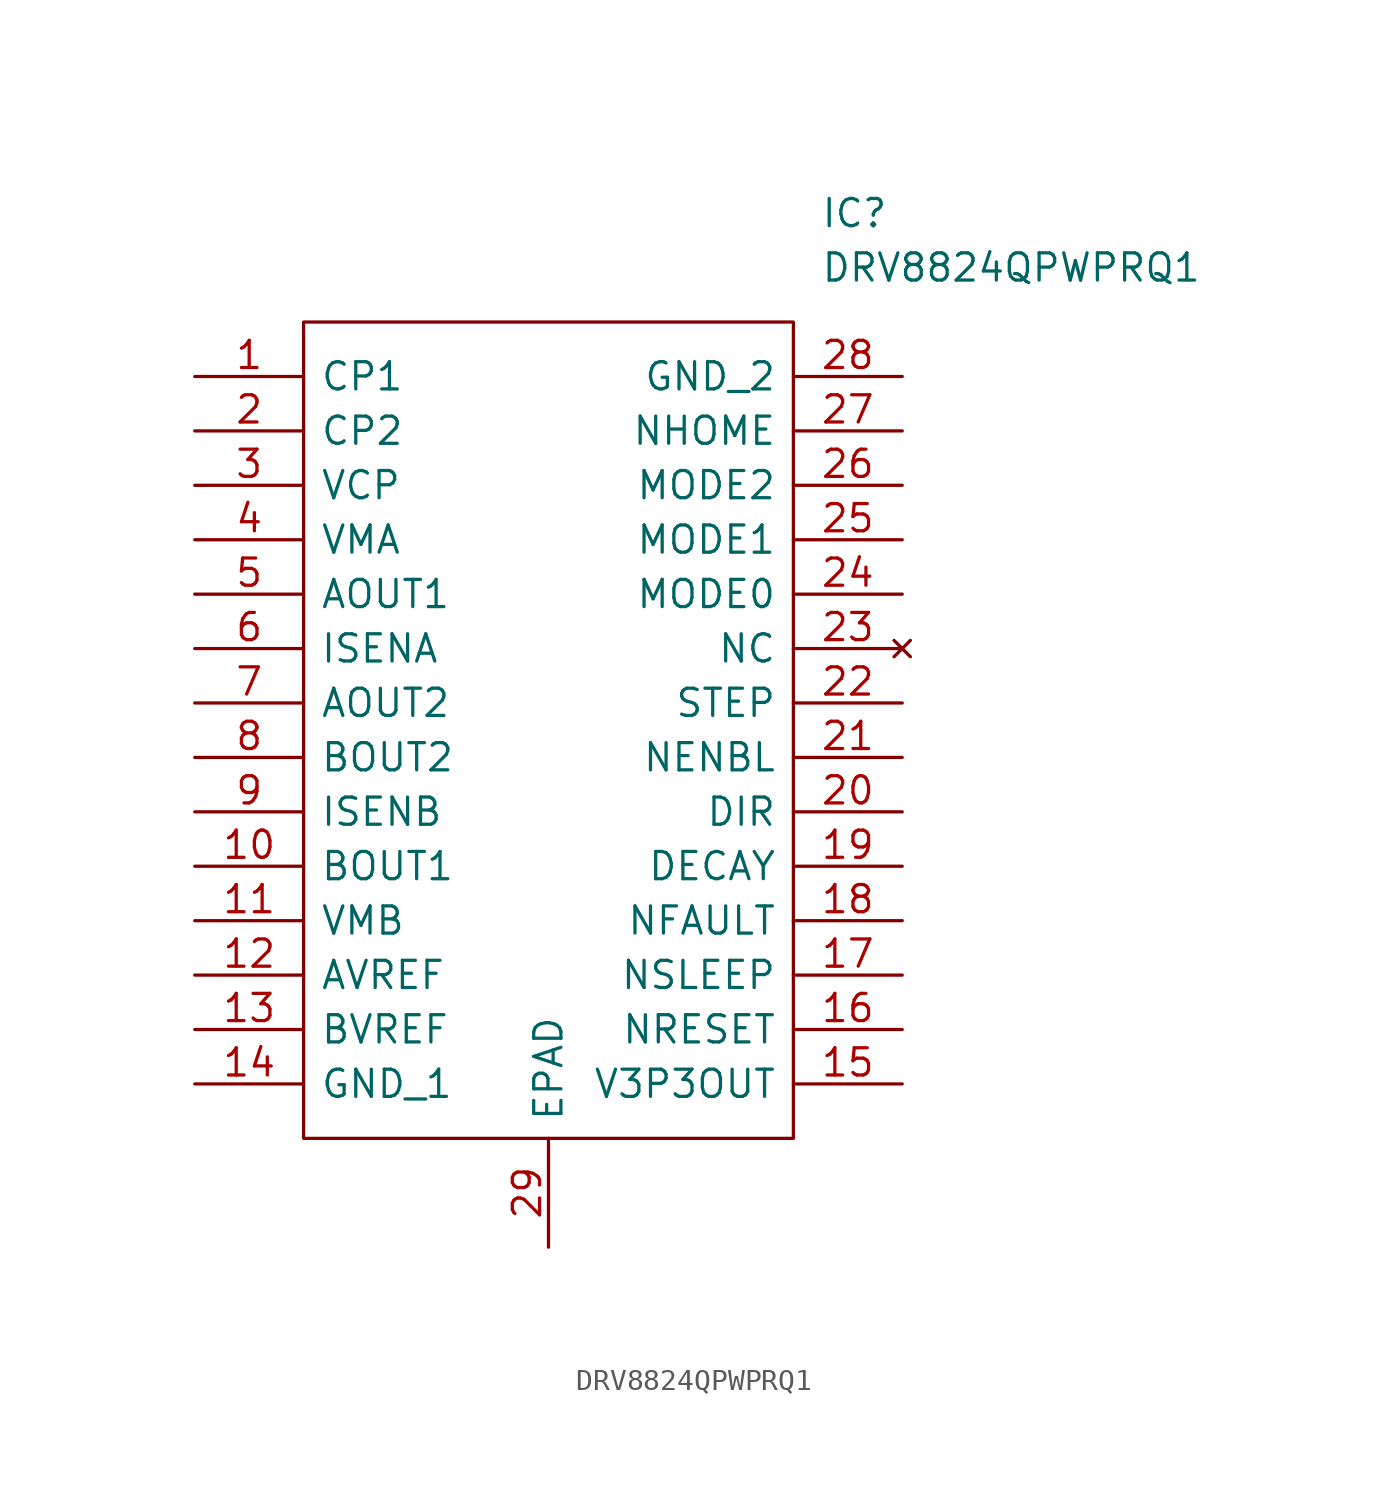
<source format=kicad_sym>
(kicad_symbol_lib
  (version 20211014)
  (generator kicad_symbol_editor)
  (symbol "DRV8824QPWPRQ1"
    (pin_names
      (offset 0.762))
    (property "Reference" "IC"
      (at 29.21 7.62 0)
      (effects (font (size 1.27 1.27)) (justify left)))
    (property "Value" "DRV8824QPWPRQ1"
      (at 29.21 5.08 0)
      (effects (font (size 1.27 1.27)) (justify left)))
    (symbol "DRV8824QPWPRQ1_0_0"
      (pin passive line (at 0 0 0) (length 5.08) (name "CP1" (effects (font (size 1.27 1.27)))) (number "1" (effects (font (size 1.27 1.27)))))
      (pin passive line (at 0 -22.86 0) (length 5.08) (name "BOUT1" (effects (font (size 1.27 1.27)))) (number "10" (effects (font (size 1.27 1.27)))))
      (pin passive line (at 0 -25.4 0) (length 5.08) (name "VMB" (effects (font (size 1.27 1.27)))) (number "11" (effects (font (size 1.27 1.27)))))
      (pin passive line (at 0 -27.94 0) (length 5.08) (name "AVREF" (effects (font (size 1.27 1.27)))) (number "12" (effects (font (size 1.27 1.27)))))
      (pin passive line (at 0 -30.48 0) (length 5.08) (name "BVREF" (effects (font (size 1.27 1.27)))) (number "13" (effects (font (size 1.27 1.27)))))
      (pin passive line (at 0 -33.02 0) (length 5.08) (name "GND_1" (effects (font (size 1.27 1.27)))) (number "14" (effects (font (size 1.27 1.27)))))
      (pin passive line (at 33.02 -33.02 180) (length 5.08) (name "V3P3OUT" (effects (font (size 1.27 1.27)))) (number "15" (effects (font (size 1.27 1.27)))))
      (pin passive line (at 33.02 -30.48 180) (length 5.08) (name "NRESET" (effects (font (size 1.27 1.27)))) (number "16" (effects (font (size 1.27 1.27)))))
      (pin passive line (at 33.02 -27.94 180) (length 5.08) (name "NSLEEP" (effects (font (size 1.27 1.27)))) (number "17" (effects (font (size 1.27 1.27)))))
      (pin passive line (at 33.02 -25.4 180) (length 5.08) (name "NFAULT" (effects (font (size 1.27 1.27)))) (number "18" (effects (font (size 1.27 1.27)))))
      (pin passive line (at 33.02 -22.86 180) (length 5.08) (name "DECAY" (effects (font (size 1.27 1.27)))) (number "19" (effects (font (size 1.27 1.27)))))
      (pin passive line (at 0 -2.54 0) (length 5.08) (name "CP2" (effects (font (size 1.27 1.27)))) (number "2" (effects (font (size 1.27 1.27)))))
      (pin passive line (at 33.02 -20.32 180) (length 5.08) (name "DIR" (effects (font (size 1.27 1.27)))) (number "20" (effects (font (size 1.27 1.27)))))
      (pin passive line (at 33.02 -17.78 180) (length 5.08) (name "NENBL" (effects (font (size 1.27 1.27)))) (number "21" (effects (font (size 1.27 1.27)))))
      (pin passive line (at 33.02 -15.24 180) (length 5.08) (name "STEP" (effects (font (size 1.27 1.27)))) (number "22" (effects (font (size 1.27 1.27)))))
      (pin no_connect line (at 33.02 -12.7 180) (length 5.08) (name "NC" (effects (font (size 1.27 1.27)))) (number "23" (effects (font (size 1.27 1.27)))))
      (pin passive line (at 33.02 -10.16 180) (length 5.08) (name "MODE0" (effects (font (size 1.27 1.27)))) (number "24" (effects (font (size 1.27 1.27)))))
      (pin passive line (at 33.02 -7.62 180) (length 5.08) (name "MODE1" (effects (font (size 1.27 1.27)))) (number "25" (effects (font (size 1.27 1.27)))))
      (pin passive line (at 33.02 -5.08 180) (length 5.08) (name "MODE2" (effects (font (size 1.27 1.27)))) (number "26" (effects (font (size 1.27 1.27)))))
      (pin passive line (at 33.02 -2.54 180) (length 5.08) (name "NHOME" (effects (font (size 1.27 1.27)))) (number "27" (effects (font (size 1.27 1.27)))))
      (pin passive line (at 33.02 0 180) (length 5.08) (name "GND_2" (effects (font (size 1.27 1.27)))) (number "28" (effects (font (size 1.27 1.27)))))
      (pin passive line (at 16.51 -40.64 90) (length 5.08) (name "EPAD" (effects (font (size 1.27 1.27)))) (number "29" (effects (font (size 1.27 1.27)))))
      (pin passive line (at 0 -5.08 0) (length 5.08) (name "VCP" (effects (font (size 1.27 1.27)))) (number "3" (effects (font (size 1.27 1.27)))))
      (pin passive line (at 0 -7.62 0) (length 5.08) (name "VMA" (effects (font (size 1.27 1.27)))) (number "4" (effects (font (size 1.27 1.27)))))
      (pin passive line (at 0 -10.16 0) (length 5.08) (name "AOUT1" (effects (font (size 1.27 1.27)))) (number "5" (effects (font (size 1.27 1.27)))))
      (pin passive line (at 0 -12.7 0) (length 5.08) (name "ISENA" (effects (font (size 1.27 1.27)))) (number "6" (effects (font (size 1.27 1.27)))))
      (pin passive line (at 0 -15.24 0) (length 5.08) (name "AOUT2" (effects (font (size 1.27 1.27)))) (number "7" (effects (font (size 1.27 1.27)))))
      (pin passive line (at 0 -17.78 0) (length 5.08) (name "BOUT2" (effects (font (size 1.27 1.27)))) (number "8" (effects (font (size 1.27 1.27)))))
      (pin passive line (at 0 -20.32 0) (length 5.08) (name "ISENB" (effects (font (size 1.27 1.27)))) (number "9" (effects (font (size 1.27 1.27))))))
    (symbol "DRV8824QPWPRQ1_0_1"
      (polyline (pts (xy 5.08 2.54) (xy 27.94 2.54) (xy 27.94 -35.56) (xy 5.08 -35.56) (xy 5.08 2.54)) (stroke (width 0.152) (type default) (color 0 0 0 0)) (fill (type none))))))
</source>
